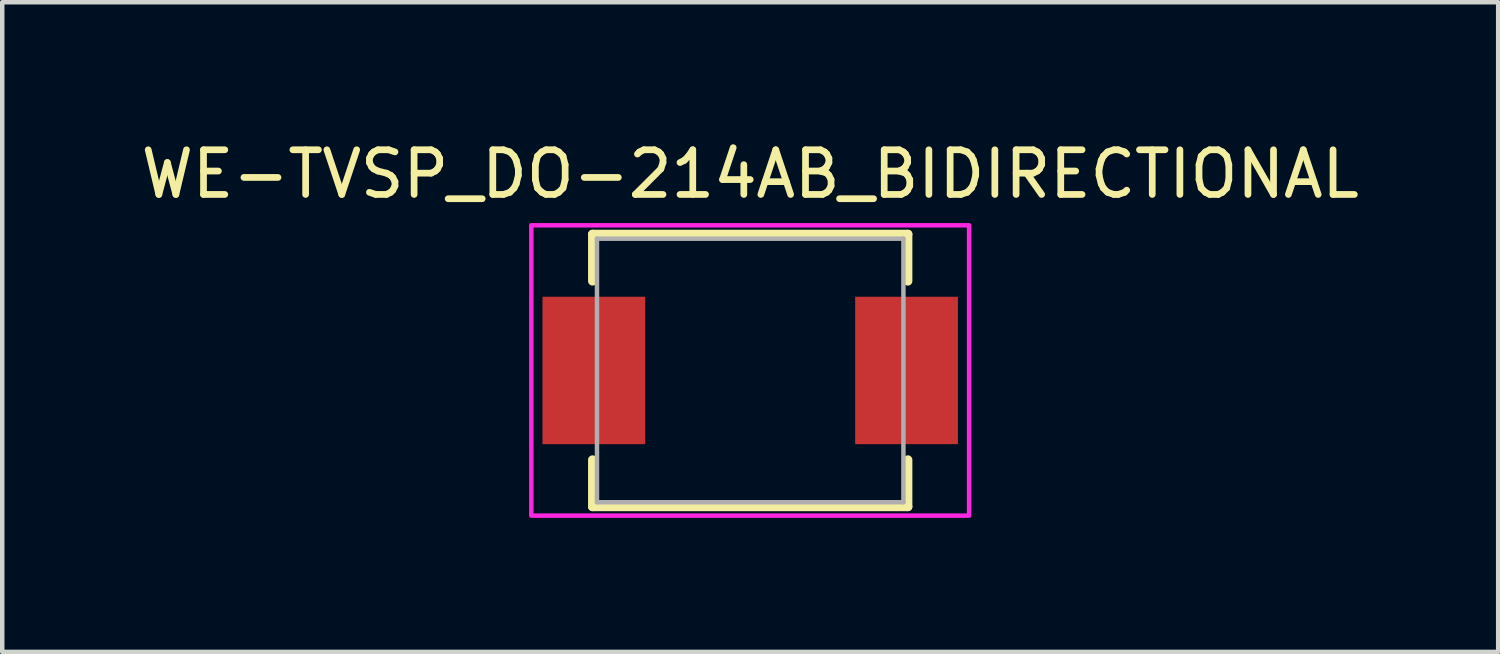
<source format=kicad_pcb>
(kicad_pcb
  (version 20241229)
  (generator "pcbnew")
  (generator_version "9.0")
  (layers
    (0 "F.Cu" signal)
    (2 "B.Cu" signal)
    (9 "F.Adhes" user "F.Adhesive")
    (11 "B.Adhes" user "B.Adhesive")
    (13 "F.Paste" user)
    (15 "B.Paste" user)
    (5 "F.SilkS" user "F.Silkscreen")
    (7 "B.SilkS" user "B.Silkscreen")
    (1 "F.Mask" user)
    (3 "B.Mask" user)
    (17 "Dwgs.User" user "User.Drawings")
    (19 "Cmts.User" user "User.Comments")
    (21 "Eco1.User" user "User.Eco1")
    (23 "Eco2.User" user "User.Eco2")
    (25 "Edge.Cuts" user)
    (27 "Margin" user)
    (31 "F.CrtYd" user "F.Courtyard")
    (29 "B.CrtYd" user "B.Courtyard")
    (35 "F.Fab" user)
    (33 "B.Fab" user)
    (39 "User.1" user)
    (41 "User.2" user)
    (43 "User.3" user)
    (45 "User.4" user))
  (footprint "WE-TVSP_DO-214AB_BIDIRECTIONAL"
    (layer "F.Cu")
    (at 13.744 5.243)
    (property "Reference" "WE-TVSP_DO-214AB_BIDIRECTIONAL" (at 0 -4.395 0) (layer "F.SilkS") (effects (font (size 1 1) (thickness 0.15))))
    (attr smd)
    (fp_line (start -3.53 -2) (end -3.53 -3.05) (stroke (width 0.2) (type solid)) (layer "F.SilkS"))
    (fp_line (start -3.53 2) (end -3.53 3.05) (stroke (width 0.2) (type solid)) (layer "F.SilkS"))
    (fp_line (start -3.53 3.05) (end 3.53 3.05) (stroke (width 0.2) (type solid)) (layer "F.SilkS"))
    (fp_line (start 3.53 -3.05) (end -3.53 -3.05) (stroke (width 0.2) (type solid)) (layer "F.SilkS"))
    (fp_line (start 3.53 -2) (end 3.53 -3.05) (stroke (width 0.2) (type solid)) (layer "F.SilkS"))
    (fp_line (start 3.53 2) (end 3.53 3.05) (stroke (width 0.2) (type solid)) (layer "F.SilkS"))
    (fp_poly (pts (xy -4.9 -3.25) (xy 4.9 -3.25) (xy 4.9 3.25) (xy -4.9 3.25)) (stroke (width 0.1) (type solid)) (fill no) (layer "F.CrtYd"))
    (fp_line (start -3.43 -2.95) (end -3.43 2.95) (stroke (width 0.1) (type solid)) (layer "F.Fab"))
    (fp_line (start -3.43 -2.95) (end 3.43 -2.95) (stroke (width 0.1) (type solid)) (layer "F.Fab"))
    (fp_line (start -3.43 2.95) (end 3.43 2.95) (stroke (width 0.1) (type solid)) (layer "F.Fab"))
    (fp_line (start 3.43 2.95) (end 3.43 -2.95) (stroke (width 0.1) (type solid)) (layer "F.Fab"))
    (pad "1" smd rect (at -3.5 0) (size 2.3 3.3) (layers "F.Cu" "F.Mask" "F.Paste"))
    (pad "2" smd rect (at 3.5 0) (size 2.3 3.3) (layers "F.Cu" "F.Mask" "F.Paste")))
  (gr_rect
    (start -3 -3)
    (end 30.488 11.543)
    (stroke (width 0.1) (type default))
    (fill no)
    (layer "Edge.Cuts")))
</source>
